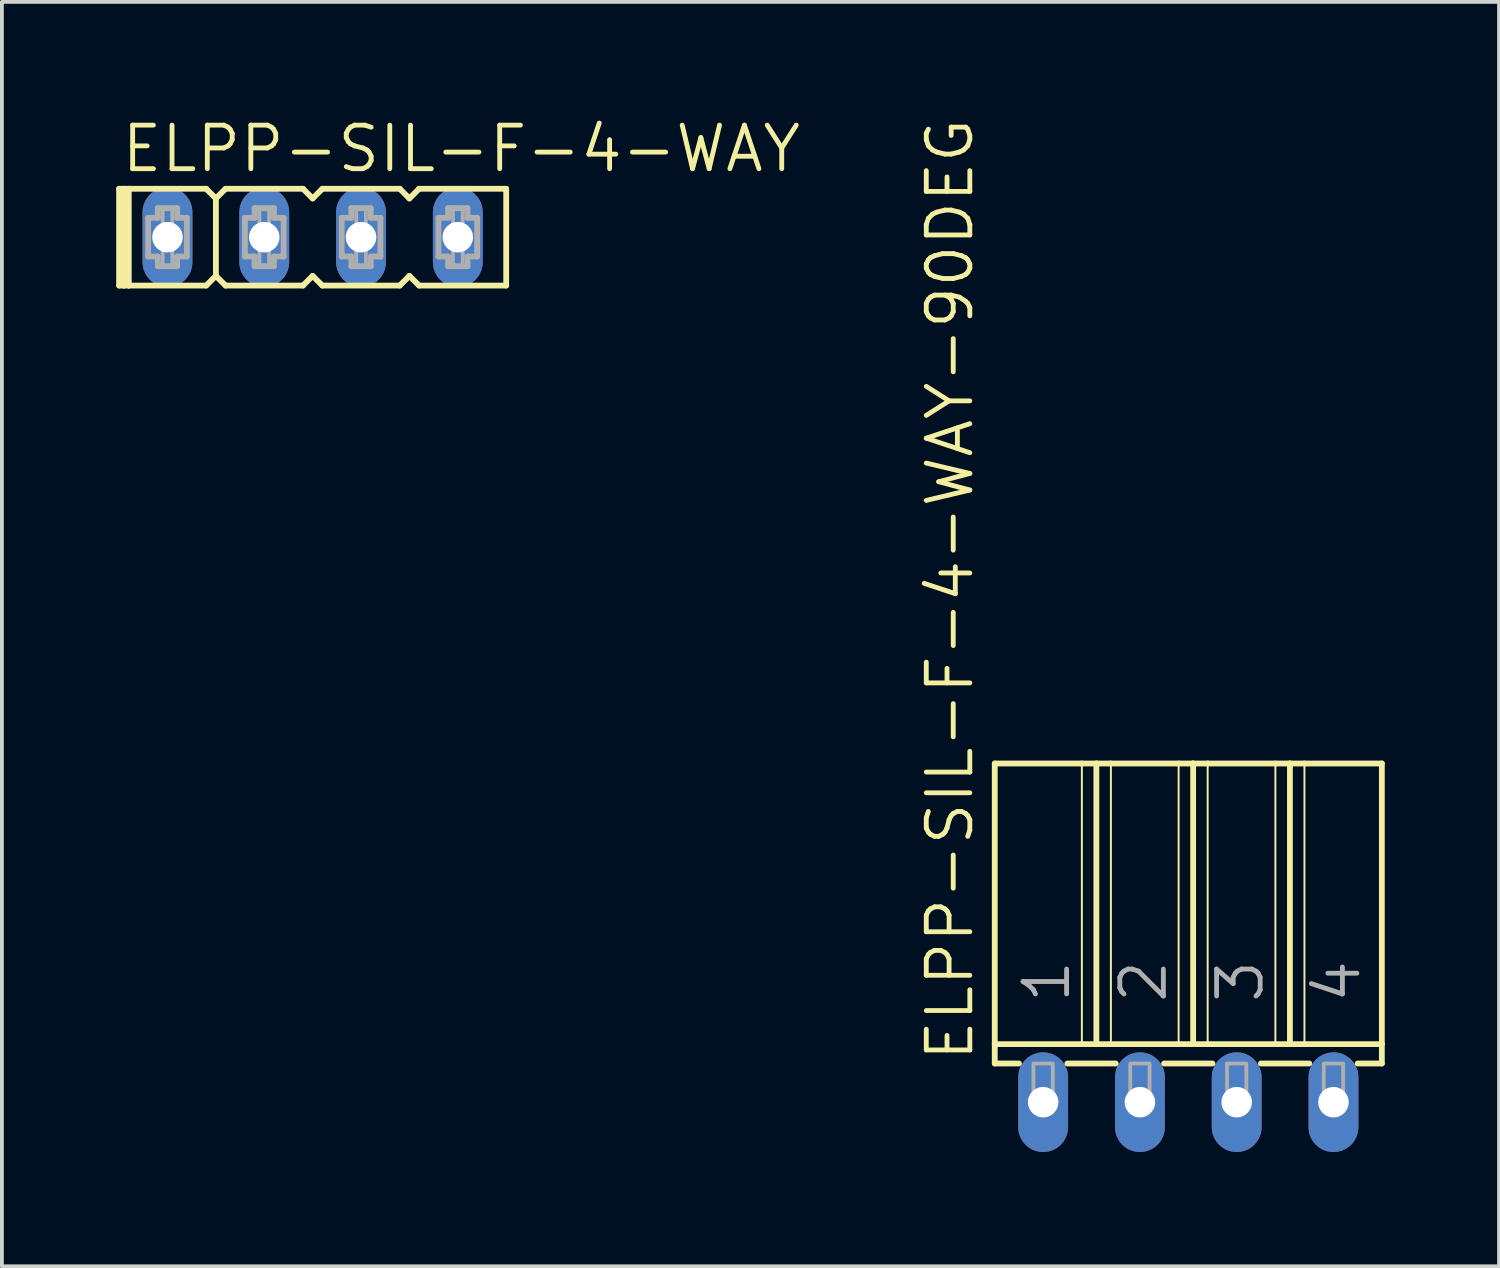
<source format=kicad_pcb>
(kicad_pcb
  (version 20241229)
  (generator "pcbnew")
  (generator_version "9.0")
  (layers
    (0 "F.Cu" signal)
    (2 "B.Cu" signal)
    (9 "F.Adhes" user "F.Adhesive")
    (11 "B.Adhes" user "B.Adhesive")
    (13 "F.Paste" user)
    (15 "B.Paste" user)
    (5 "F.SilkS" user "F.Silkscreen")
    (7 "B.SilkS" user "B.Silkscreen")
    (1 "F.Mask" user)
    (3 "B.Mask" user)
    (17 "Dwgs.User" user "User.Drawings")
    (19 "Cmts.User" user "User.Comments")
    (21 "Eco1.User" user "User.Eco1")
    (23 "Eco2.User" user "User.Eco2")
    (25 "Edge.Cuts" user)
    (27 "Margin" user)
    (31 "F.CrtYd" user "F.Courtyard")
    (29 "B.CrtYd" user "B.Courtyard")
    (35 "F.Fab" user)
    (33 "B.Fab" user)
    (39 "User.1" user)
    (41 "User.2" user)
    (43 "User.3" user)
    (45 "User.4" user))
  (footprint "ELPP-SIL-F-4-WAY-90DEG"
    (layer "F.Cu")
    (at 28.139 25.879)
    (property "Reference" "ELPP-SIL-F-4-WAY-90DEG" (at -5.588 -1.016 90) (unlocked yes) (layer "F.SilkS") (effects (font (size 1.143 1.143) (thickness 0.127)) (justify left bottom)))
    (fp_line (start -5.08 -8.89) (end -2.794 -8.89) (stroke (width 0.152) (type solid)) (layer "F.SilkS"))
    (fp_line (start -5.08 -1.524) (end -5.08 -8.89) (stroke (width 0.152) (type solid)) (layer "F.SilkS"))
    (fp_line (start -5.08 -1.524) (end -2.794 -1.524) (stroke (width 0.152) (type solid)) (layer "F.SilkS"))
    (fp_line (start -5.08 -1.016) (end -5.08 -1.524) (stroke (width 0.152) (type solid)) (layer "F.SilkS"))
    (fp_line (start -5.08 -1.016) (end -4.445 -1.016) (stroke (width 0.152) (type solid)) (layer "F.SilkS"))
    (fp_line (start -3.175 -1.016) (end -1.905 -1.016) (stroke (width 0.152) (type solid)) (layer "F.SilkS"))
    (fp_line (start -2.794 -8.89) (end -2.794 -1.524) (stroke (width 0.051) (type solid)) (layer "F.SilkS"))
    (fp_line (start -2.794 -8.89) (end -2.413 -8.89) (stroke (width 0.152) (type solid)) (layer "F.SilkS"))
    (fp_line (start -2.794 -1.524) (end -2.413 -1.524) (stroke (width 0.152) (type solid)) (layer "F.SilkS"))
    (fp_line (start -2.413 -8.89) (end -2.413 -1.524) (stroke (width 0.152) (type solid)) (layer "F.SilkS"))
    (fp_line (start -2.413 -8.89) (end -2.032 -8.89) (stroke (width 0.152) (type solid)) (layer "F.SilkS"))
    (fp_line (start -2.413 -1.524) (end -2.032 -1.524) (stroke (width 0.152) (type solid)) (layer "F.SilkS"))
    (fp_line (start -2.032 -8.89) (end -2.032 -1.524) (stroke (width 0.051) (type solid)) (layer "F.SilkS"))
    (fp_line (start -2.032 -8.89) (end -0.254 -8.89) (stroke (width 0.152) (type solid)) (layer "F.SilkS"))
    (fp_line (start -2.032 -1.524) (end -0.254 -1.524) (stroke (width 0.152) (type solid)) (layer "F.SilkS"))
    (fp_line (start -0.635 -1.016) (end 0.635 -1.016) (stroke (width 0.152) (type solid)) (layer "F.SilkS"))
    (fp_line (start -0.254 -8.89) (end -0.254 -1.524) (stroke (width 0.051) (type solid)) (layer "F.SilkS"))
    (fp_line (start -0.254 -8.89) (end 0.127 -8.89) (stroke (width 0.152) (type solid)) (layer "F.SilkS"))
    (fp_line (start -0.254 -1.524) (end 0.127 -1.524) (stroke (width 0.152) (type solid)) (layer "F.SilkS"))
    (fp_line (start 0.127 -8.89) (end 0.127 -1.524) (stroke (width 0.152) (type solid)) (layer "F.SilkS"))
    (fp_line (start 0.127 -8.89) (end 0.508 -8.89) (stroke (width 0.152) (type solid)) (layer "F.SilkS"))
    (fp_line (start 0.127 -1.524) (end 0.508 -1.524) (stroke (width 0.152) (type solid)) (layer "F.SilkS"))
    (fp_line (start 0.508 -8.89) (end 0.508 -1.524) (stroke (width 0.051) (type solid)) (layer "F.SilkS"))
    (fp_line (start 0.508 -8.89) (end 2.286 -8.89) (stroke (width 0.152) (type solid)) (layer "F.SilkS"))
    (fp_line (start 0.508 -1.524) (end 2.286 -1.524) (stroke (width 0.152) (type solid)) (layer "F.SilkS"))
    (fp_line (start 1.905 -1.016) (end 3.175 -1.016) (stroke (width 0.152) (type solid)) (layer "F.SilkS"))
    (fp_line (start 2.286 -8.89) (end 2.286 -1.524) (stroke (width 0.051) (type solid)) (layer "F.SilkS"))
    (fp_line (start 2.286 -8.89) (end 2.667 -8.89) (stroke (width 0.152) (type solid)) (layer "F.SilkS"))
    (fp_line (start 2.286 -1.524) (end 2.667 -1.524) (stroke (width 0.152) (type solid)) (layer "F.SilkS"))
    (fp_line (start 2.667 -8.89) (end 2.667 -1.524) (stroke (width 0.152) (type solid)) (layer "F.SilkS"))
    (fp_line (start 2.667 -8.89) (end 3.048 -8.89) (stroke (width 0.152) (type solid)) (layer "F.SilkS"))
    (fp_line (start 2.667 -1.524) (end 3.048 -1.524) (stroke (width 0.152) (type solid)) (layer "F.SilkS"))
    (fp_line (start 3.048 -8.89) (end 3.048 -1.524) (stroke (width 0.051) (type solid)) (layer "F.SilkS"))
    (fp_line (start 3.048 -8.89) (end 5.08 -8.89) (stroke (width 0.152) (type solid)) (layer "F.SilkS"))
    (fp_line (start 3.048 -1.524) (end 5.08 -1.524) (stroke (width 0.152) (type solid)) (layer "F.SilkS"))
    (fp_line (start 4.445 -1.016) (end 5.08 -1.016) (stroke (width 0.152) (type solid)) (layer "F.SilkS"))
    (fp_line (start 5.08 -8.89) (end 5.08 -1.524) (stroke (width 0.152) (type solid)) (layer "F.SilkS"))
    (fp_line (start 5.08 -1.524) (end 5.08 -1.016) (stroke (width 0.152) (type solid)) (layer "F.SilkS"))
    (fp_poly (pts (xy -4.064 0) (xy -3.556 0) (xy -3.556 -1.016) (xy -4.064 -1.016)) (stroke (width 0.1) (type default)) (fill no) (layer "F.Fab"))
    (fp_poly (pts (xy -1.524 0) (xy -1.016 0) (xy -1.016 -1.016) (xy -1.524 -1.016)) (stroke (width 0.1) (type default)) (fill no) (layer "F.Fab"))
    (fp_poly (pts (xy 1.016 0) (xy 1.524 0) (xy 1.524 -1.016) (xy 1.016 -1.016)) (stroke (width 0.1) (type default)) (fill no) (layer "F.Fab"))
    (fp_poly (pts (xy 3.556 0) (xy 4.064 0) (xy 4.064 -1.016) (xy 3.556 -1.016)) (stroke (width 0.1) (type default)) (fill no) (layer "F.Fab"))
    (fp_text user "1" (at -3.048 -2.54 90) (layer "F.Fab") (effects (font (size 1.143 1.143) (thickness 0.127)) (justify left bottom)))
    (fp_text user "2" (at -0.508 -2.54 90) (layer "F.Fab") (effects (font (size 1.143 1.143) (thickness 0.127)) (justify left bottom)))
    (fp_text user "4" (at 4.572 -2.54 90) (layer "F.Fab") (effects (font (size 1.143 1.143) (thickness 0.127)) (justify left bottom)))
    (fp_text user "3" (at 2.032 -2.54 90) (layer "F.Fab") (effects (font (size 1.143 1.143) (thickness 0.127)) (justify left bottom)))
    (pad "1" thru_hole oval (at -3.81 0 90) (size 2.616 1.308) (drill 0.8) (layers "*.Cu" "*.Mask"))
    (pad "2" thru_hole oval (at -1.27 0 90) (size 2.616 1.308) (drill 0.8) (layers "*.Cu" "*.Mask"))
    (pad "3" thru_hole oval (at 1.27 0 90) (size 2.616 1.308) (drill 0.8) (layers "*.Cu" "*.Mask"))
    (pad "4" thru_hole oval (at 3.81 0 90) (size 2.616 1.308) (drill 0.8) (layers "*.Cu" "*.Mask")))
  (footprint "ELPP-SIL-F-4-WAY"
    (layer "F.Cu")
    (at 5.156 3.175)
    (property "Reference" "ELPP-SIL-F-4-WAY" (at -5.08 -1.651 0) (unlocked yes) (layer "F.SilkS") (effects (font (size 1.143 1.143) (thickness 0.127)) (justify left bottom)))
    (fp_line (start -5.08 -1.27) (end -5.08 1.27) (stroke (width 0.152) (type solid)) (layer "F.SilkS"))
    (fp_line (start -5.08 1.27) (end -4.953 1.27) (stroke (width 0.152) (type solid)) (layer "F.SilkS"))
    (fp_line (start -4.953 -1.27) (end -5.08 -1.27) (stroke (width 0.152) (type solid)) (layer "F.SilkS"))
    (fp_line (start -4.953 -1.27) (end -4.953 1.27) (stroke (width 0.152) (type solid)) (layer "F.SilkS"))
    (fp_line (start -4.953 1.27) (end -4.826 1.27) (stroke (width 0.152) (type solid)) (layer "F.SilkS"))
    (fp_line (start -4.826 -1.27) (end -4.953 -1.27) (stroke (width 0.152) (type solid)) (layer "F.SilkS"))
    (fp_line (start -4.826 -1.27) (end -4.826 1.27) (stroke (width 0.152) (type solid)) (layer "F.SilkS"))
    (fp_line (start -4.826 1.27) (end -2.794 1.27) (stroke (width 0.152) (type solid)) (layer "F.SilkS"))
    (fp_line (start -2.794 -1.27) (end -4.826 -1.27) (stroke (width 0.152) (type solid)) (layer "F.SilkS"))
    (fp_line (start -2.794 1.27) (end -2.54 1.016) (stroke (width 0.152) (type solid)) (layer "F.SilkS"))
    (fp_line (start -2.54 -1.016) (end -2.794 -1.27) (stroke (width 0.152) (type solid)) (layer "F.SilkS"))
    (fp_line (start -2.54 -1.016) (end -2.54 1.016) (stroke (width 0.152) (type solid)) (layer "F.SilkS"))
    (fp_line (start -2.54 1.016) (end -2.286 1.27) (stroke (width 0.152) (type solid)) (layer "F.SilkS"))
    (fp_line (start -2.286 -1.27) (end -2.54 -1.016) (stroke (width 0.152) (type solid)) (layer "F.SilkS"))
    (fp_line (start -2.286 1.27) (end -0.254 1.27) (stroke (width 0.152) (type solid)) (layer "F.SilkS"))
    (fp_line (start -0.254 -1.27) (end -2.286 -1.27) (stroke (width 0.152) (type solid)) (layer "F.SilkS"))
    (fp_line (start -0.254 1.27) (end 0 1.016) (stroke (width 0.152) (type solid)) (layer "F.SilkS"))
    (fp_line (start 0 -1.016) (end -0.254 -1.27) (stroke (width 0.152) (type solid)) (layer "F.SilkS"))
    (fp_line (start 0 1.016) (end 0.254 1.27) (stroke (width 0.152) (type solid)) (layer "F.SilkS"))
    (fp_line (start 0.254 -1.27) (end 0 -1.016) (stroke (width 0.152) (type solid)) (layer "F.SilkS"))
    (fp_line (start 0.254 1.27) (end 2.286 1.27) (stroke (width 0.152) (type solid)) (layer "F.SilkS"))
    (fp_line (start 2.286 -1.27) (end 0.254 -1.27) (stroke (width 0.152) (type solid)) (layer "F.SilkS"))
    (fp_line (start 2.286 1.27) (end 2.54 1.016) (stroke (width 0.152) (type solid)) (layer "F.SilkS"))
    (fp_line (start 2.54 -1.016) (end 2.286 -1.27) (stroke (width 0.152) (type solid)) (layer "F.SilkS"))
    (fp_line (start 2.54 1.016) (end 2.794 1.27) (stroke (width 0.152) (type solid)) (layer "F.SilkS"))
    (fp_line (start 2.794 -1.27) (end 2.54 -1.016) (stroke (width 0.152) (type solid)) (layer "F.SilkS"))
    (fp_line (start 2.794 1.27) (end 5.08 1.27) (stroke (width 0.152) (type solid)) (layer "F.SilkS"))
    (fp_line (start 5.08 -1.27) (end 2.794 -1.27) (stroke (width 0.152) (type solid)) (layer "F.SilkS"))
    (fp_line (start 5.08 1.27) (end 5.08 -1.27) (stroke (width 0.152) (type solid)) (layer "F.SilkS"))
    (fp_line (start -4.318 -0.508) (end -4.318 0.508) (stroke (width 0.152) (type solid)) (layer "F.Fab"))
    (fp_line (start -4.318 0.508) (end -4.064 0.508) (stroke (width 0.152) (type solid)) (layer "F.Fab"))
    (fp_line (start -4.064 -0.762) (end -4.064 -0.508) (stroke (width 0.152) (type solid)) (layer "F.Fab"))
    (fp_line (start -4.064 -0.508) (end -4.318 -0.508) (stroke (width 0.152) (type solid)) (layer "F.Fab"))
    (fp_line (start -4.064 0.508) (end -4.064 0.762) (stroke (width 0.152) (type solid)) (layer "F.Fab"))
    (fp_line (start -4.064 0.762) (end -3.556 0.762) (stroke (width 0.152) (type solid)) (layer "F.Fab"))
    (fp_line (start -3.556 -0.762) (end -4.064 -0.762) (stroke (width 0.152) (type solid)) (layer "F.Fab"))
    (fp_line (start -3.556 -0.508) (end -3.556 -0.762) (stroke (width 0.152) (type solid)) (layer "F.Fab"))
    (fp_line (start -3.556 0.508) (end -3.302 0.508) (stroke (width 0.152) (type solid)) (layer "F.Fab"))
    (fp_line (start -3.556 0.762) (end -3.556 0.508) (stroke (width 0.152) (type solid)) (layer "F.Fab"))
    (fp_line (start -3.302 -0.508) (end -3.556 -0.508) (stroke (width 0.152) (type solid)) (layer "F.Fab"))
    (fp_line (start -3.302 0.508) (end -3.302 -0.508) (stroke (width 0.152) (type solid)) (layer "F.Fab"))
    (fp_line (start -1.778 -0.508) (end -1.778 0.508) (stroke (width 0.152) (type solid)) (layer "F.Fab"))
    (fp_line (start -1.778 0.508) (end -1.524 0.508) (stroke (width 0.152) (type solid)) (layer "F.Fab"))
    (fp_line (start -1.524 -0.762) (end -1.524 -0.508) (stroke (width 0.152) (type solid)) (layer "F.Fab"))
    (fp_line (start -1.524 -0.508) (end -1.778 -0.508) (stroke (width 0.152) (type solid)) (layer "F.Fab"))
    (fp_line (start -1.524 0.508) (end -1.524 0.762) (stroke (width 0.152) (type solid)) (layer "F.Fab"))
    (fp_line (start -1.524 0.762) (end -1.016 0.762) (stroke (width 0.152) (type solid)) (layer "F.Fab"))
    (fp_line (start -1.016 -0.762) (end -1.524 -0.762) (stroke (width 0.152) (type solid)) (layer "F.Fab"))
    (fp_line (start -1.016 -0.508) (end -1.016 -0.762) (stroke (width 0.152) (type solid)) (layer "F.Fab"))
    (fp_line (start -1.016 0.508) (end -0.762 0.508) (stroke (width 0.152) (type solid)) (layer "F.Fab"))
    (fp_line (start -1.016 0.762) (end -1.016 0.508) (stroke (width 0.152) (type solid)) (layer "F.Fab"))
    (fp_line (start -0.762 -0.508) (end -1.016 -0.508) (stroke (width 0.152) (type solid)) (layer "F.Fab"))
    (fp_line (start -0.762 0.508) (end -0.762 -0.508) (stroke (width 0.152) (type solid)) (layer "F.Fab"))
    (fp_line (start 0.762 -0.508) (end 0.762 0.508) (stroke (width 0.152) (type solid)) (layer "F.Fab"))
    (fp_line (start 0.762 0.508) (end 1.016 0.508) (stroke (width 0.152) (type solid)) (layer "F.Fab"))
    (fp_line (start 1.016 -0.762) (end 1.016 -0.508) (stroke (width 0.152) (type solid)) (layer "F.Fab"))
    (fp_line (start 1.016 -0.508) (end 0.762 -0.508) (stroke (width 0.152) (type solid)) (layer "F.Fab"))
    (fp_line (start 1.016 0.508) (end 1.016 0.762) (stroke (width 0.152) (type solid)) (layer "F.Fab"))
    (fp_line (start 1.016 0.762) (end 1.524 0.762) (stroke (width 0.152) (type solid)) (layer "F.Fab"))
    (fp_line (start 1.524 -0.762) (end 1.016 -0.762) (stroke (width 0.152) (type solid)) (layer "F.Fab"))
    (fp_line (start 1.524 -0.508) (end 1.524 -0.762) (stroke (width 0.152) (type solid)) (layer "F.Fab"))
    (fp_line (start 1.524 0.508) (end 1.778 0.508) (stroke (width 0.152) (type solid)) (layer "F.Fab"))
    (fp_line (start 1.524 0.762) (end 1.524 0.508) (stroke (width 0.152) (type solid)) (layer "F.Fab"))
    (fp_line (start 1.778 -0.508) (end 1.524 -0.508) (stroke (width 0.152) (type solid)) (layer "F.Fab"))
    (fp_line (start 1.778 0.508) (end 1.778 -0.508) (stroke (width 0.152) (type solid)) (layer "F.Fab"))
    (fp_line (start 3.302 -0.508) (end 3.302 0.508) (stroke (width 0.152) (type solid)) (layer "F.Fab"))
    (fp_line (start 3.302 0.508) (end 3.556 0.508) (stroke (width 0.152) (type solid)) (layer "F.Fab"))
    (fp_line (start 3.556 -0.762) (end 3.556 -0.508) (stroke (width 0.152) (type solid)) (layer "F.Fab"))
    (fp_line (start 3.556 -0.508) (end 3.302 -0.508) (stroke (width 0.152) (type solid)) (layer "F.Fab"))
    (fp_line (start 3.556 0.508) (end 3.556 0.762) (stroke (width 0.152) (type solid)) (layer "F.Fab"))
    (fp_line (start 3.556 0.762) (end 4.064 0.762) (stroke (width 0.152) (type solid)) (layer "F.Fab"))
    (fp_line (start 4.064 -0.762) (end 3.556 -0.762) (stroke (width 0.152) (type solid)) (layer "F.Fab"))
    (fp_line (start 4.064 -0.508) (end 4.064 -0.762) (stroke (width 0.152) (type solid)) (layer "F.Fab"))
    (fp_line (start 4.064 0.508) (end 4.318 0.508) (stroke (width 0.152) (type solid)) (layer "F.Fab"))
    (fp_line (start 4.064 0.762) (end 4.064 0.508) (stroke (width 0.152) (type solid)) (layer "F.Fab"))
    (fp_line (start 4.318 -0.508) (end 4.064 -0.508) (stroke (width 0.152) (type solid)) (layer "F.Fab"))
    (fp_line (start 4.318 0.508) (end 4.318 -0.508) (stroke (width 0.152) (type solid)) (layer "F.Fab"))
    (fp_poly (pts (xy -3.937 -0.254) (xy -3.683 -0.254) (xy -3.683 -0.762) (xy -3.937 -0.762)) (stroke (width 0.1) (type default)) (fill no) (layer "F.Fab"))
    (fp_poly (pts (xy -3.937 0.762) (xy -3.683 0.762) (xy -3.683 0.254) (xy -3.937 0.254)) (stroke (width 0.1) (type default)) (fill no) (layer "F.Fab"))
    (fp_poly (pts (xy -1.397 -0.254) (xy -1.143 -0.254) (xy -1.143 -0.762) (xy -1.397 -0.762)) (stroke (width 0.1) (type default)) (fill no) (layer "F.Fab"))
    (fp_poly (pts (xy -1.397 0.762) (xy -1.143 0.762) (xy -1.143 0.254) (xy -1.397 0.254)) (stroke (width 0.1) (type default)) (fill no) (layer "F.Fab"))
    (fp_poly (pts (xy 1.143 -0.254) (xy 1.397 -0.254) (xy 1.397 -0.762) (xy 1.143 -0.762)) (stroke (width 0.1) (type default)) (fill no) (layer "F.Fab"))
    (fp_poly (pts (xy 1.143 0.762) (xy 1.397 0.762) (xy 1.397 0.254) (xy 1.143 0.254)) (stroke (width 0.1) (type default)) (fill no) (layer "F.Fab"))
    (fp_poly (pts (xy 3.683 -0.254) (xy 3.937 -0.254) (xy 3.937 -0.762) (xy 3.683 -0.762)) (stroke (width 0.1) (type default)) (fill no) (layer "F.Fab"))
    (fp_poly (pts (xy 3.683 0.762) (xy 3.937 0.762) (xy 3.937 0.254) (xy 3.683 0.254)) (stroke (width 0.1) (type default)) (fill no) (layer "F.Fab"))
    (pad "1" thru_hole oval (at -3.81 0 90) (size 2.616 1.308) (drill 0.8) (layers "*.Cu" "*.Mask"))
    (pad "2" thru_hole oval (at -1.27 0 90) (size 2.616 1.308) (drill 0.8) (layers "*.Cu" "*.Mask"))
    (pad "3" thru_hole oval (at 1.27 0 90) (size 2.616 1.308) (drill 0.8) (layers "*.Cu" "*.Mask"))
    (pad "4" thru_hole oval (at 3.81 0 90) (size 2.616 1.308) (drill 0.8) (layers "*.Cu" "*.Mask")))
  (gr_rect
    (start -3 -3)
    (end 36.295 30.187)
    (stroke (width 0.1) (type default))
    (fill no)
    (layer "Edge.Cuts")))
</source>
